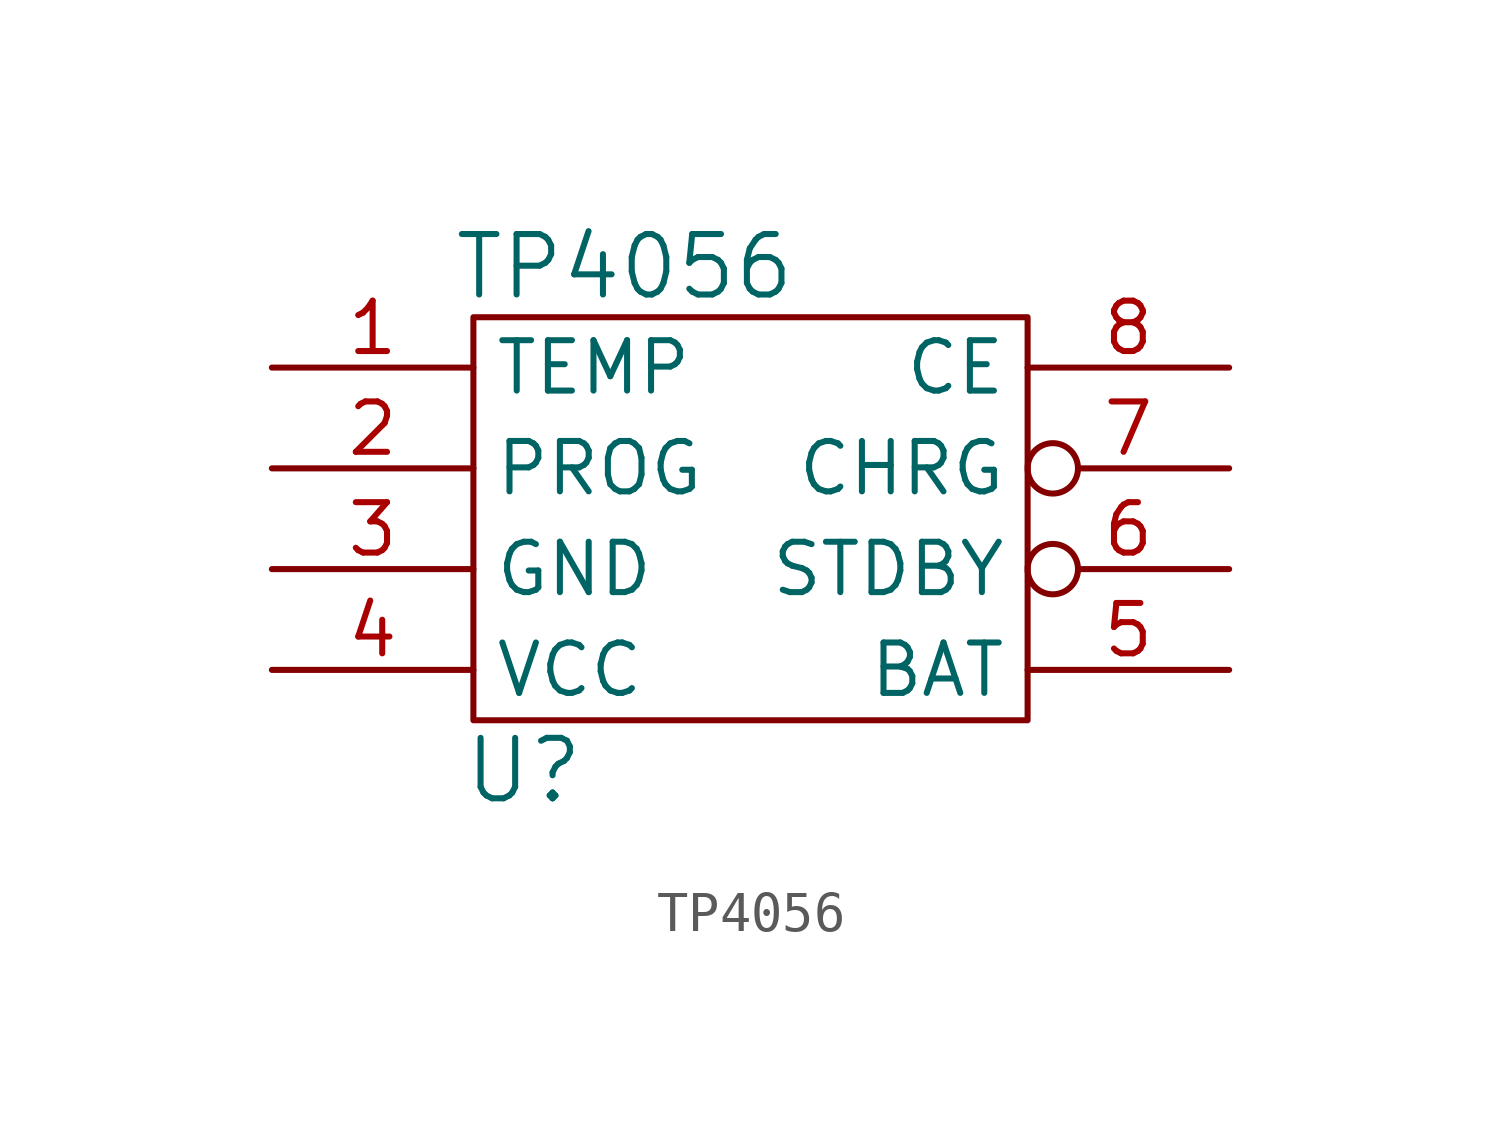
<source format=kicad_sym>
(kicad_symbol_lib
  (version 20211014)
  (generator kicad_symbol_editor)
  (symbol "TP4056"
    (property "Reference" "U"
      (at -5.08 -6.35 0)
      (effects (font (size 1.524 1.524))))
    (property "Value" "TP4056"
      (at -2.54 6.35 0)
      (effects (font (size 1.524 1.524))))
    (symbol "TP4056_0_1"
      (rectangle (start -6.35 5.08) (end 7.62 -5.08) (stroke (width 0) (type default) (color 0 0 0 0)) (fill (type none))))
    (symbol "TP4056_1_1"
      (pin input line (at -11.43 3.81 0) (length 5.08) (name "TEMP" (effects (font (size 1.27 1.27)))) (number "1" (effects (font (size 1.27 1.27)))))
      (pin input line (at -11.43 1.27 0) (length 5.08) (name "PROG" (effects (font (size 1.27 1.27)))) (number "2" (effects (font (size 1.27 1.27)))))
      (pin input line (at -11.43 -1.27 0) (length 5.08) (name "GND" (effects (font (size 1.27 1.27)))) (number "3" (effects (font (size 1.27 1.27)))))
      (pin input line (at -11.43 -3.81 0) (length 5.08) (name "VCC" (effects (font (size 1.27 1.27)))) (number "4" (effects (font (size 1.27 1.27)))))
      (pin input line (at 12.7 -3.81 180) (length 5.08) (name "BAT" (effects (font (size 1.27 1.27)))) (number "5" (effects (font (size 1.27 1.27)))))
      (pin input inverted (at 12.7 -1.27 180) (length 5.08) (name "STDBY" (effects (font (size 1.27 1.27)))) (number "6" (effects (font (size 1.27 1.27)))))
      (pin input inverted (at 12.7 1.27 180) (length 5.08) (name "CHRG" (effects (font (size 1.27 1.27)))) (number "7" (effects (font (size 1.27 1.27)))))
      (pin input line (at 12.7 3.81 180) (length 5.08) (name "CE" (effects (font (size 1.27 1.27)))) (number "8" (effects (font (size 1.27 1.27))))))))
</source>
